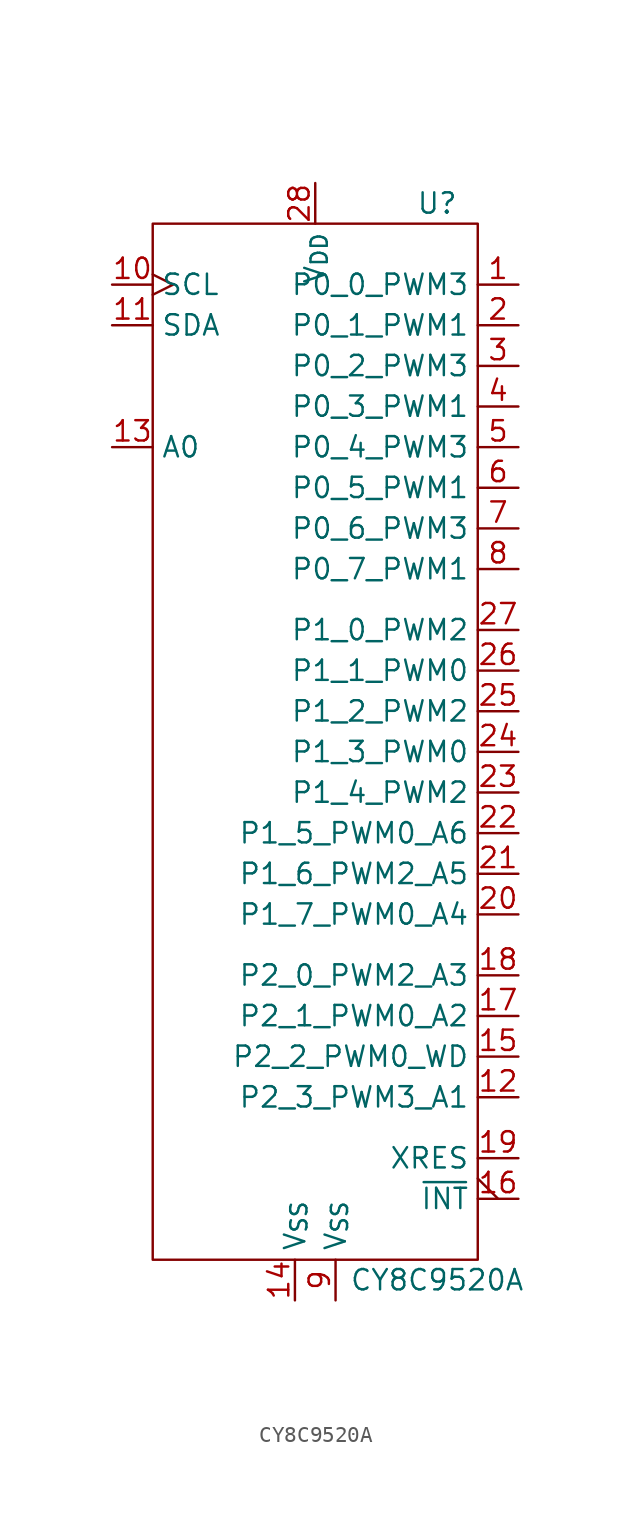
<source format=kicad_sym>
(kicad_symbol_lib
  (version 20211014)
  (generator kicad_symbol_editor)
  (symbol "CY8C9520A"
    (property "Reference" "U"
      (at 7.62 26.67 0)
      (effects (font (size 1.27 1.27))))
    (property "Value" "CY8C9520A"
      (at 7.62 -40.64 0)
      (effects (font (size 1.27 1.27))))
    (symbol "CY8C9520A_0_1"
      (rectangle (start -10.16 25.4) (end 10.16 -39.37) (stroke (width 0.152) (type default) (color 0 0 0 0)) (fill (type none))))
    (symbol "CY8C9520A_1_1"
      (pin bidirectional line (at 12.7 21.59 180) (length 2.54) (name "P0_0_PWM3" (effects (font (size 1.27 1.27)))) (number "1" (effects (font (size 1.27 1.27)))))
      (pin bidirectional clock (at -12.7 21.59 0) (length 2.54) (name "SCL" (effects (font (size 1.27 1.27)))) (number "10" (effects (font (size 1.27 1.27)))))
      (pin bidirectional line (at -12.7 19.05 0) (length 2.54) (name "SDA" (effects (font (size 1.27 1.27)))) (number "11" (effects (font (size 1.27 1.27)))))
      (pin bidirectional line (at 12.7 -29.21 180) (length 2.54) (name "P2_3_PWM3_A1" (effects (font (size 1.27 1.27)))) (number "12" (effects (font (size 1.27 1.27)))))
      (pin output line (at -12.7 11.43 0) (length 2.54) (name "A0" (effects (font (size 1.27 1.27)))) (number "13" (effects (font (size 1.27 1.27)))))
      (pin power_in line (at -1.27 -41.91 90) (length 2.54) (name "V_{SS}" (effects (font (size 1.27 1.27)))) (number "14" (effects (font (size 1.27 1.27)))))
      (pin bidirectional line (at 12.7 -26.67 180) (length 2.54) (name "P2_2_PWM0_WD" (effects (font (size 1.27 1.27)))) (number "15" (effects (font (size 1.27 1.27)))))
      (pin output output_low (at 12.7 -35.56 180) (length 2.54) (name "~{INT}" (effects (font (size 1.27 1.27)))) (number "16" (effects (font (size 1.27 1.27)))))
      (pin bidirectional line (at 12.7 -24.13 180) (length 2.54) (name "P2_1_PWM0_A2" (effects (font (size 1.27 1.27)))) (number "17" (effects (font (size 1.27 1.27)))))
      (pin bidirectional line (at 12.7 -21.59 180) (length 2.54) (name "P2_0_PWM2_A3" (effects (font (size 1.27 1.27)))) (number "18" (effects (font (size 1.27 1.27)))))
      (pin output line (at 12.7 -33.02 180) (length 2.54) (name "XRES" (effects (font (size 1.27 1.27)))) (number "19" (effects (font (size 1.27 1.27)))))
      (pin bidirectional line (at 12.7 19.05 180) (length 2.54) (name "P0_1_PWM1" (effects (font (size 1.27 1.27)))) (number "2" (effects (font (size 1.27 1.27)))))
      (pin bidirectional line (at 12.7 -17.78 180) (length 2.54) (name "P1_7_PWM0_A4" (effects (font (size 1.27 1.27)))) (number "20" (effects (font (size 1.27 1.27)))))
      (pin bidirectional line (at 12.7 -15.24 180) (length 2.54) (name "P1_6_PWM2_A5" (effects (font (size 1.27 1.27)))) (number "21" (effects (font (size 1.27 1.27)))))
      (pin bidirectional line (at 12.7 -12.7 180) (length 2.54) (name "P1_5_PWM0_A6" (effects (font (size 1.27 1.27)))) (number "22" (effects (font (size 1.27 1.27)))))
      (pin bidirectional line (at 12.7 -10.16 180) (length 2.54) (name "P1_4_PWM2" (effects (font (size 1.27 1.27)))) (number "23" (effects (font (size 1.27 1.27)))))
      (pin bidirectional line (at 12.7 -7.62 180) (length 2.54) (name "P1_3_PWM0" (effects (font (size 1.27 1.27)))) (number "24" (effects (font (size 1.27 1.27)))))
      (pin bidirectional line (at 12.7 -5.08 180) (length 2.54) (name "P1_2_PWM2" (effects (font (size 1.27 1.27)))) (number "25" (effects (font (size 1.27 1.27)))))
      (pin bidirectional line (at 12.7 -2.54 180) (length 2.54) (name "P1_1_PWM0" (effects (font (size 1.27 1.27)))) (number "26" (effects (font (size 1.27 1.27)))))
      (pin bidirectional line (at 12.7 0 180) (length 2.54) (name "P1_0_PWM2" (effects (font (size 1.27 1.27)))) (number "27" (effects (font (size 1.27 1.27)))))
      (pin power_in line (at 0 27.94 270) (length 2.54) (name "V_{DD}" (effects (font (size 1.27 1.27)))) (number "28" (effects (font (size 1.27 1.27)))))
      (pin bidirectional line (at 12.7 16.51 180) (length 2.54) (name "P0_2_PWM3" (effects (font (size 1.27 1.27)))) (number "3" (effects (font (size 1.27 1.27)))))
      (pin bidirectional line (at 12.7 13.97 180) (length 2.54) (name "P0_3_PWM1" (effects (font (size 1.27 1.27)))) (number "4" (effects (font (size 1.27 1.27)))))
      (pin bidirectional line (at 12.7 11.43 180) (length 2.54) (name "P0_4_PWM3" (effects (font (size 1.27 1.27)))) (number "5" (effects (font (size 1.27 1.27)))))
      (pin bidirectional line (at 12.7 8.89 180) (length 2.54) (name "P0_5_PWM1" (effects (font (size 1.27 1.27)))) (number "6" (effects (font (size 1.27 1.27)))))
      (pin bidirectional line (at 12.7 6.35 180) (length 2.54) (name "P0_6_PWM3" (effects (font (size 1.27 1.27)))) (number "7" (effects (font (size 1.27 1.27)))))
      (pin bidirectional line (at 12.7 3.81 180) (length 2.54) (name "P0_7_PWM1" (effects (font (size 1.27 1.27)))) (number "8" (effects (font (size 1.27 1.27)))))
      (pin power_in line (at 1.27 -41.91 90) (length 2.54) (name "V_{SS}" (effects (font (size 1.27 1.27)))) (number "9" (effects (font (size 1.27 1.27))))))))
</source>
